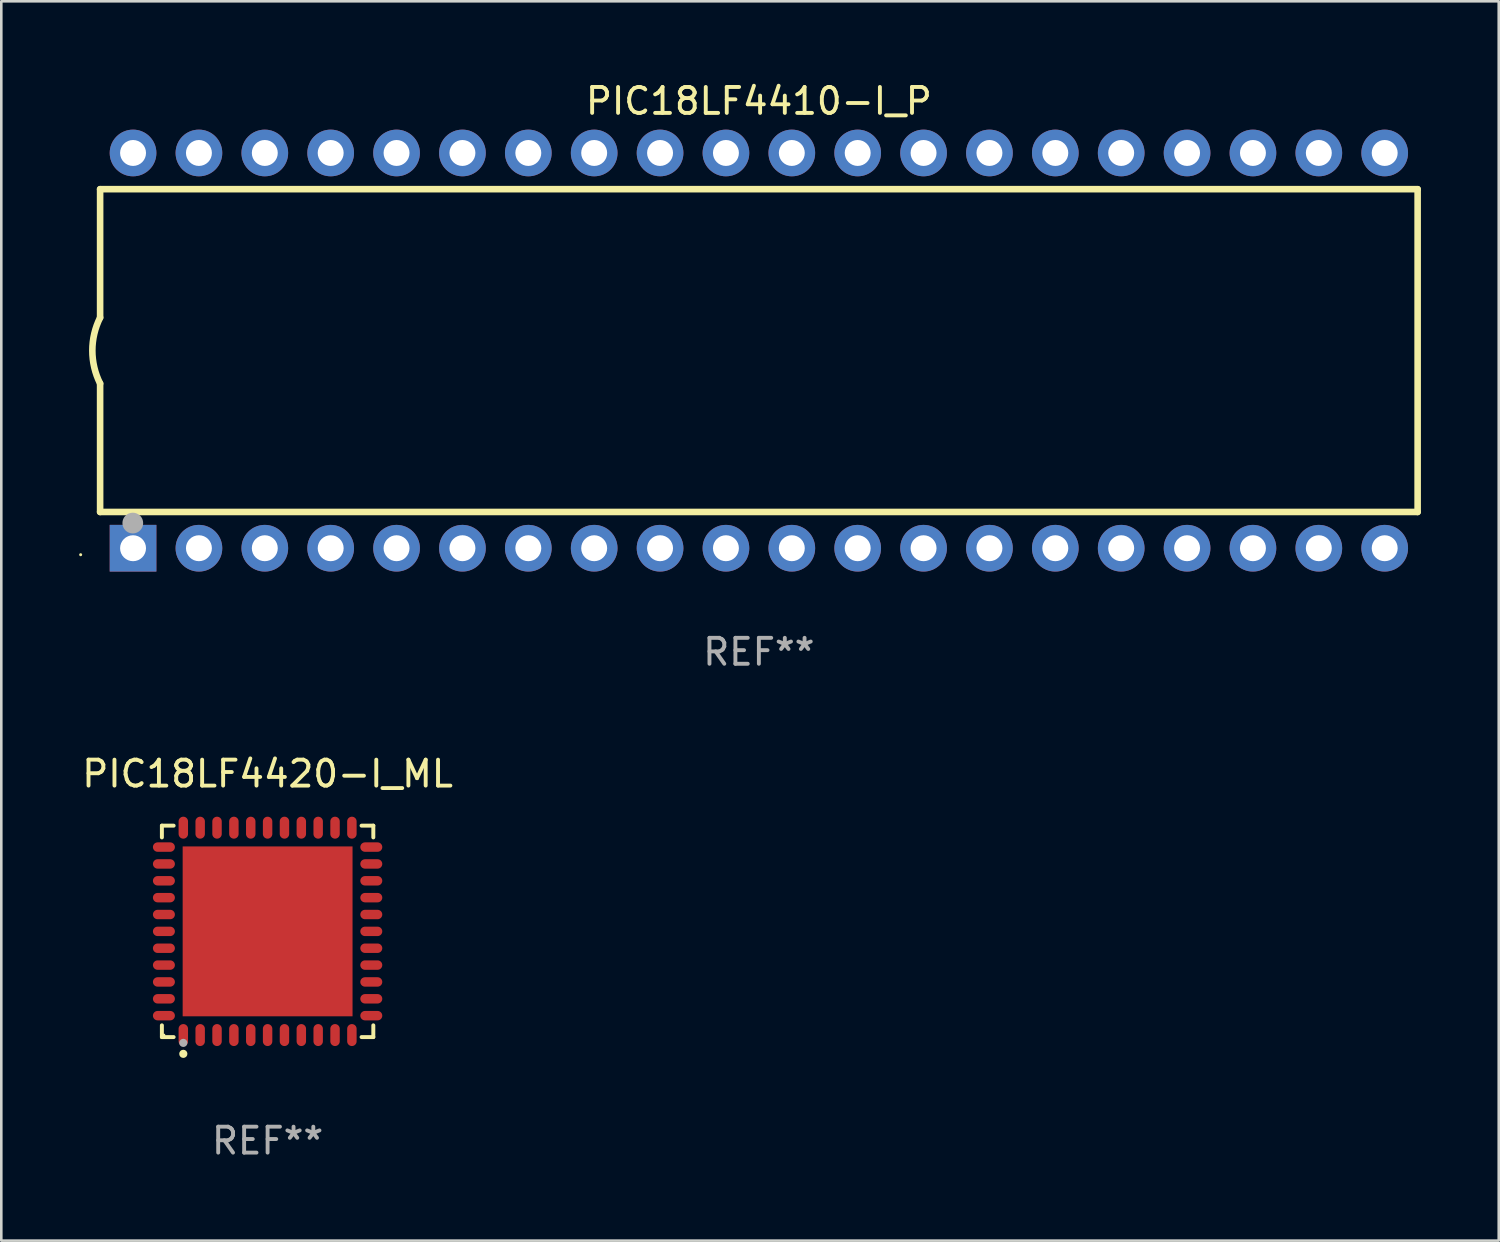
<source format=kicad_pcb>
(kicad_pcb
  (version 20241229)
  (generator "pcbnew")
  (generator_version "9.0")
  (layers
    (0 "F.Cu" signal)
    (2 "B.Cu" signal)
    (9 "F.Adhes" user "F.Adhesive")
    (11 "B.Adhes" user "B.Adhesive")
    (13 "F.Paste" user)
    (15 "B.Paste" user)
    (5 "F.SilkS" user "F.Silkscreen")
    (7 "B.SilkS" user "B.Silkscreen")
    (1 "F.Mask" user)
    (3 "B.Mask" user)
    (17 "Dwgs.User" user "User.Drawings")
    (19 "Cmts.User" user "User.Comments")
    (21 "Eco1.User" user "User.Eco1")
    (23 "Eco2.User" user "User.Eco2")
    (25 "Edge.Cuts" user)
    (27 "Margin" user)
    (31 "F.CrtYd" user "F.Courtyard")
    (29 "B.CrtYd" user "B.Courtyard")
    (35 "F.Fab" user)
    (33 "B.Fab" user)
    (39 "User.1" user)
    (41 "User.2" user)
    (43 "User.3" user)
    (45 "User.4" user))
  (footprint "PIC18LF4420-I_ML"
    (layer "F.Cu")
    (at 7.268 32.861)
    (property "Reference" "PIC18LF4420-I_ML" (at 0 -6.076 0) (layer "F.SilkS") (effects (font (size 1 1) (thickness 0.15))))
    (attr through_hole)
    (fp_line (start -4.076 -4.076) (end -3.623 -4.076) (stroke (width 0.152) (type solid)) (layer "F.SilkS"))
    (fp_line (start -4.076 -3.623) (end -4.076 -4.076) (stroke (width 0.152) (type solid)) (layer "F.SilkS"))
    (fp_line (start -4.076 3.623) (end -4.076 4.076) (stroke (width 0.152) (type solid)) (layer "F.SilkS"))
    (fp_line (start -4.076 4.076) (end -3.623 4.076) (stroke (width 0.152) (type solid)) (layer "F.SilkS"))
    (fp_line (start 4.076 -4.076) (end 3.623 -4.076) (stroke (width 0.152) (type solid)) (layer "F.SilkS"))
    (fp_line (start 4.076 -3.623) (end 4.076 -4.076) (stroke (width 0.152) (type solid)) (layer "F.SilkS"))
    (fp_line (start 4.076 3.623) (end 4.076 4.076) (stroke (width 0.152) (type solid)) (layer "F.SilkS"))
    (fp_line (start 4.076 4.076) (end 3.623 4.076) (stroke (width 0.152) (type solid)) (layer "F.SilkS"))
    (fp_circle (center -4 4) (end -3.97 4) (stroke (width 0.06) (type solid)) (fill no) (layer "F.SilkS"))
    (fp_circle (center -3.25 4.722) (end -3.171 4.722) (stroke (width 0.158) (type solid)) (fill no) (layer "F.SilkS"))
    (fp_circle (center -3.25 4.3) (end -3.171 4.3) (stroke (width 0.158) (type solid)) (fill no) (layer "F.Fab"))
    (fp_text user "REF**" (at 0 8.076 0) (layer "F.Fab") (effects (font (size 1 1) (thickness 0.15))))
    (pad "1" smd oval (at -3.25 3.998) (size 0.364 0.847) (layers "F.Cu" "F.Mask" "F.Paste"))
    (pad "2" smd oval (at -2.6 3.998) (size 0.364 0.847) (layers "F.Cu" "F.Mask" "F.Paste"))
    (pad "3" smd oval (at -1.95 3.998) (size 0.364 0.847) (layers "F.Cu" "F.Mask" "F.Paste"))
    (pad "4" smd oval (at -1.3 3.998) (size 0.364 0.847) (layers "F.Cu" "F.Mask" "F.Paste"))
    (pad "5" smd oval (at -0.65 3.998) (size 0.364 0.847) (layers "F.Cu" "F.Mask" "F.Paste"))
    (pad "6" smd oval (at 0 3.998) (size 0.364 0.847) (layers "F.Cu" "F.Mask" "F.Paste"))
    (pad "7" smd oval (at 0.65 3.998) (size 0.364 0.847) (layers "F.Cu" "F.Mask" "F.Paste"))
    (pad "8" smd oval (at 1.3 3.998) (size 0.364 0.847) (layers "F.Cu" "F.Mask" "F.Paste"))
    (pad "9" smd oval (at 1.95 3.998) (size 0.364 0.847) (layers "F.Cu" "F.Mask" "F.Paste"))
    (pad "10" smd oval (at 2.6 3.998) (size 0.364 0.847) (layers "F.Cu" "F.Mask" "F.Paste"))
    (pad "11" smd oval (at 3.25 3.998) (size 0.364 0.847) (layers "F.Cu" "F.Mask" "F.Paste"))
    (pad "12" smd oval (at 3.998 3.25) (size 0.847 0.364) (layers "F.Cu" "F.Mask" "F.Paste"))
    (pad "13" smd oval (at 3.998 2.6) (size 0.847 0.364) (layers "F.Cu" "F.Mask" "F.Paste"))
    (pad "14" smd oval (at 3.998 1.95) (size 0.847 0.364) (layers "F.Cu" "F.Mask" "F.Paste"))
    (pad "15" smd oval (at 3.998 1.3) (size 0.847 0.364) (layers "F.Cu" "F.Mask" "F.Paste"))
    (pad "16" smd oval (at 3.998 0.65) (size 0.847 0.364) (layers "F.Cu" "F.Mask" "F.Paste"))
    (pad "17" smd oval (at 3.998 0) (size 0.847 0.364) (layers "F.Cu" "F.Mask" "F.Paste"))
    (pad "18" smd oval (at 3.998 -0.65) (size 0.847 0.364) (layers "F.Cu" "F.Mask" "F.Paste"))
    (pad "19" smd oval (at 3.998 -1.3) (size 0.847 0.364) (layers "F.Cu" "F.Mask" "F.Paste"))
    (pad "20" smd oval (at 3.998 -1.95) (size 0.847 0.364) (layers "F.Cu" "F.Mask" "F.Paste"))
    (pad "21" smd oval (at 3.998 -2.6) (size 0.847 0.364) (layers "F.Cu" "F.Mask" "F.Paste"))
    (pad "22" smd oval (at 3.998 -3.25) (size 0.847 0.364) (layers "F.Cu" "F.Mask" "F.Paste"))
    (pad "23" smd oval (at 3.25 -3.998) (size 0.364 0.847) (layers "F.Cu" "F.Mask" "F.Paste"))
    (pad "24" smd oval (at 2.6 -3.998) (size 0.364 0.847) (layers "F.Cu" "F.Mask" "F.Paste"))
    (pad "25" smd oval (at 1.95 -3.998) (size 0.364 0.847) (layers "F.Cu" "F.Mask" "F.Paste"))
    (pad "26" smd oval (at 1.3 -3.998) (size 0.364 0.847) (layers "F.Cu" "F.Mask" "F.Paste"))
    (pad "27" smd oval (at 0.65 -3.998) (size 0.364 0.847) (layers "F.Cu" "F.Mask" "F.Paste"))
    (pad "28" smd oval (at 0 -3.998) (size 0.364 0.847) (layers "F.Cu" "F.Mask" "F.Paste"))
    (pad "29" smd oval (at -0.65 -3.998) (size 0.364 0.847) (layers "F.Cu" "F.Mask" "F.Paste"))
    (pad "30" smd oval (at -1.3 -3.998) (size 0.364 0.847) (layers "F.Cu" "F.Mask" "F.Paste"))
    (pad "31" smd oval (at -1.95 -3.998) (size 0.364 0.847) (layers "F.Cu" "F.Mask" "F.Paste"))
    (pad "32" smd oval (at -2.6 -3.998) (size 0.364 0.847) (layers "F.Cu" "F.Mask" "F.Paste"))
    (pad "33" smd oval (at -3.25 -3.998) (size 0.364 0.847) (layers "F.Cu" "F.Mask" "F.Paste"))
    (pad "34" smd oval (at -3.998 -3.25) (size 0.847 0.364) (layers "F.Cu" "F.Mask" "F.Paste"))
    (pad "35" smd oval (at -3.998 -2.6) (size 0.847 0.364) (layers "F.Cu" "F.Mask" "F.Paste"))
    (pad "36" smd oval (at -3.998 -1.95) (size 0.847 0.364) (layers "F.Cu" "F.Mask" "F.Paste"))
    (pad "37" smd oval (at -3.998 -1.3) (size 0.847 0.364) (layers "F.Cu" "F.Mask" "F.Paste"))
    (pad "38" smd oval (at -3.998 -0.65) (size 0.847 0.364) (layers "F.Cu" "F.Mask" "F.Paste"))
    (pad "39" smd oval (at -3.998 0) (size 0.847 0.364) (layers "F.Cu" "F.Mask" "F.Paste"))
    (pad "40" smd oval (at -3.998 0.65) (size 0.847 0.364) (layers "F.Cu" "F.Mask" "F.Paste"))
    (pad "41" smd oval (at -3.998 1.3) (size 0.847 0.364) (layers "F.Cu" "F.Mask" "F.Paste"))
    (pad "42" smd oval (at -3.998 1.95) (size 0.847 0.364) (layers "F.Cu" "F.Mask" "F.Paste"))
    (pad "43" smd oval (at -3.998 2.6) (size 0.847 0.364) (layers "F.Cu" "F.Mask" "F.Paste"))
    (pad "44" smd oval (at -3.998 3.25) (size 0.847 0.364) (layers "F.Cu" "F.Mask" "F.Paste"))
    (pad "45" smd rect (at 0 0) (size 6.55 6.55) (layers "F.Cu" "F.Mask" "F.Paste")))
  (footprint "PIC18LF4410-I_P"
    (layer "F.Cu")
    (at 26.21 10.468)
    (property "Reference" "PIC18LF4410-I_P" (at 0 -9.62 0) (layer "F.SilkS") (effects (font (size 1 1) (thickness 0.15))))
    (attr through_hole)
    (fp_line (start -25.4 -6.224) (end -25.4 -1.271) (stroke (width 0.254) (type solid)) (layer "F.SilkS"))
    (fp_line (start -25.4 -6.224) (end 25.4 -6.224) (stroke (width 0.254) (type solid)) (layer "F.SilkS"))
    (fp_line (start -25.4 1.269) (end -25.4 6.222) (stroke (width 0.254) (type solid)) (layer "F.SilkS"))
    (fp_line (start -25.4 6.222) (end 25.4 6.222) (stroke (width 0.254) (type solid)) (layer "F.SilkS"))
    (fp_line (start 25.4 6.222) (end 25.4 -6.224) (stroke (width 0.254) (type solid)) (layer "F.SilkS"))
    (fp_arc (start -25.4 1.269241) (mid -25.699807 -0.000762) (end -25.4 -1.270765) (stroke (width 0.254001) (type solid)) (layer "F.SilkS"))
    (fp_circle (center -26.15 7.87) (end -26.12 7.87) (stroke (width 0.06) (type solid)) (fill no) (layer "F.SilkS"))
    (fp_circle (center -24.14 6.65) (end -23.94 6.65) (stroke (width 0.4) (type solid)) (fill no) (layer "F.Fab"))
    (fp_text user "REF**" (at 0 11.62 0) (layer "F.Fab") (effects (font (size 1 1) (thickness 0.15))))
    (pad "1" thru_hole rect (at -24.13 7.62 90) (size 1.8 1.8) (drill 1) (layers "*.Cu" "*.Mask"))
    (pad "2" thru_hole circle (at -21.59 7.62) (size 1.8 1.8) (drill 1) (layers "*.Cu" "*.Mask"))
    (pad "3" thru_hole circle (at -19.05 7.62) (size 1.8 1.8) (drill 1) (layers "*.Cu" "*.Mask"))
    (pad "4" thru_hole circle (at -16.51 7.62) (size 1.8 1.8) (drill 1) (layers "*.Cu" "*.Mask"))
    (pad "5" thru_hole circle (at -13.97 7.62) (size 1.8 1.8) (drill 1) (layers "*.Cu" "*.Mask"))
    (pad "6" thru_hole circle (at -11.43 7.62) (size 1.8 1.8) (drill 1) (layers "*.Cu" "*.Mask"))
    (pad "7" thru_hole circle (at -8.89 7.62) (size 1.8 1.8) (drill 1) (layers "*.Cu" "*.Mask"))
    (pad "8" thru_hole circle (at -6.35 7.62) (size 1.8 1.8) (drill 1) (layers "*.Cu" "*.Mask"))
    (pad "9" thru_hole circle (at -3.81 7.62) (size 1.8 1.8) (drill 1) (layers "*.Cu" "*.Mask"))
    (pad "10" thru_hole circle (at -1.27 7.62) (size 1.8 1.8) (drill 1) (layers "*.Cu" "*.Mask"))
    (pad "11" thru_hole circle (at 1.27 7.62) (size 1.8 1.8) (drill 1) (layers "*.Cu" "*.Mask"))
    (pad "12" thru_hole circle (at 3.81 7.62) (size 1.8 1.8) (drill 1) (layers "*.Cu" "*.Mask"))
    (pad "13" thru_hole circle (at 6.35 7.62) (size 1.8 1.8) (drill 1) (layers "*.Cu" "*.Mask"))
    (pad "14" thru_hole circle (at 8.89 7.62) (size 1.8 1.8) (drill 1) (layers "*.Cu" "*.Mask"))
    (pad "15" thru_hole circle (at 11.43 7.62) (size 1.8 1.8) (drill 1) (layers "*.Cu" "*.Mask"))
    (pad "16" thru_hole circle (at 13.97 7.62) (size 1.8 1.8) (drill 1) (layers "*.Cu" "*.Mask"))
    (pad "17" thru_hole circle (at 16.51 7.62) (size 1.8 1.8) (drill 1) (layers "*.Cu" "*.Mask"))
    (pad "18" thru_hole circle (at 19.05 7.62) (size 1.8 1.8) (drill 1) (layers "*.Cu" "*.Mask"))
    (pad "19" thru_hole circle (at 21.59 7.62) (size 1.8 1.8) (drill 1) (layers "*.Cu" "*.Mask"))
    (pad "20" thru_hole circle (at 24.13 7.62) (size 1.8 1.8) (drill 1) (layers "*.Cu" "*.Mask"))
    (pad "21" thru_hole circle (at 24.13 -7.62) (size 1.8 1.8) (drill 1) (layers "*.Cu" "*.Mask"))
    (pad "22" thru_hole circle (at 21.59 -7.62) (size 1.8 1.8) (drill 1) (layers "*.Cu" "*.Mask"))
    (pad "23" thru_hole circle (at 19.05 -7.62) (size 1.8 1.8) (drill 1) (layers "*.Cu" "*.Mask"))
    (pad "24" thru_hole circle (at 16.51 -7.62) (size 1.8 1.8) (drill 1) (layers "*.Cu" "*.Mask"))
    (pad "25" thru_hole circle (at 13.97 -7.62) (size 1.8 1.8) (drill 1) (layers "*.Cu" "*.Mask"))
    (pad "26" thru_hole circle (at 11.43 -7.62) (size 1.8 1.8) (drill 1) (layers "*.Cu" "*.Mask"))
    (pad "27" thru_hole circle (at 8.89 -7.62) (size 1.8 1.8) (drill 1) (layers "*.Cu" "*.Mask"))
    (pad "28" thru_hole circle (at 6.35 -7.62) (size 1.8 1.8) (drill 1) (layers "*.Cu" "*.Mask"))
    (pad "29" thru_hole circle (at 3.81 -7.62) (size 1.8 1.8) (drill 1) (layers "*.Cu" "*.Mask"))
    (pad "30" thru_hole circle (at 1.27 -7.62) (size 1.8 1.8) (drill 1) (layers "*.Cu" "*.Mask"))
    (pad "31" thru_hole circle (at -1.27 -7.62) (size 1.8 1.8) (drill 1) (layers "*.Cu" "*.Mask"))
    (pad "32" thru_hole circle (at -3.81 -7.62) (size 1.8 1.8) (drill 1) (layers "*.Cu" "*.Mask"))
    (pad "33" thru_hole circle (at -6.35 -7.62) (size 1.8 1.8) (drill 1) (layers "*.Cu" "*.Mask"))
    (pad "34" thru_hole circle (at -8.89 -7.62) (size 1.8 1.8) (drill 1) (layers "*.Cu" "*.Mask"))
    (pad "35" thru_hole circle (at -11.43 -7.62) (size 1.8 1.8) (drill 1) (layers "*.Cu" "*.Mask"))
    (pad "36" thru_hole circle (at -13.97 -7.62) (size 1.8 1.8) (drill 1) (layers "*.Cu" "*.Mask"))
    (pad "37" thru_hole circle (at -16.51 -7.62) (size 1.8 1.8) (drill 1) (layers "*.Cu" "*.Mask"))
    (pad "38" thru_hole circle (at -19.05 -7.62) (size 1.8 1.8) (drill 1) (layers "*.Cu" "*.Mask"))
    (pad "39" thru_hole circle (at -21.59 -7.62) (size 1.8 1.8) (drill 1) (layers "*.Cu" "*.Mask"))
    (pad "40" thru_hole circle (at -24.13 -7.62) (size 1.8 1.8) (drill 1) (layers "*.Cu" "*.Mask")))
  (gr_rect
    (start -3 -3)
    (end 54.737 44.785)
    (stroke (width 0.1) (type default))
    (fill no)
    (layer "Edge.Cuts")))
</source>
